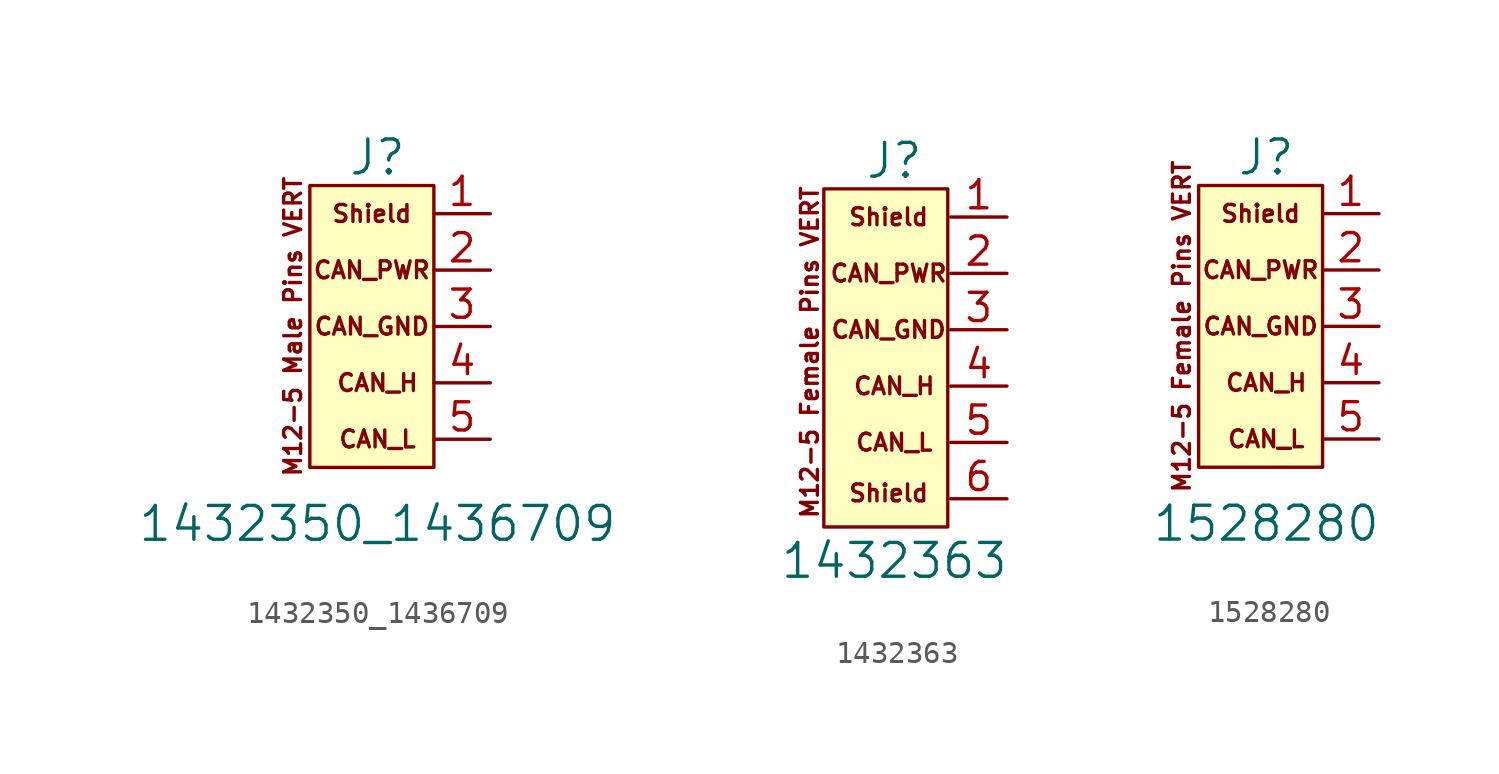
<source format=kicad_sym>
(kicad_symbol_lib
  (version 20241209)
  (generator "kicad_symbol_editor")
  (generator_version "9.0")
  (symbol "1432350_1436709"
    (pin_names
      (offset 0)
      (hide yes))
    (property "Reference" "J"
      (at 0 7.62 0)
      (effects (font (size 1.524 1.524))))
    (property "Value" "1432350_1436709"
      (at 0 -8.89 0)
      (effects (font (size 1.524 1.524))))
    (symbol "1432350_1436709_0_0"
      (text "M12-5 Male Pins VERT" (at -3.81 0 900) (effects (font (size 0.762 0.762))))
      (text "Shield" (at -0.254 5.08 0) (effects (font (size 0.762 0.762))))
      (text "CAN_PWR" (at -0.254 2.54 0) (effects (font (size 0.762 0.762))))
      (text "CAN_GND" (at -0.254 0 0) (effects (font (size 0.762 0.762))))
      (text "CAN_H" (at 0 -2.54 0) (effects (font (size 0.762 0.762))))
      (text "CAN_L" (at 0 -5.08 0) (effects (font (size 0.762 0.762)))))
    (symbol "1432350_1436709_0_1"
      (rectangle (start 2.54 6.35) (end -3.048 -6.35) (stroke (width 0) (type default)) (fill (type background))))
    (symbol "1432350_1436709_1_1"
      (pin input line (at 5.08 5.08 180) (length 2.54) (name "Shield" (effects (font (size 1.27 1.27)))) (number "1" (effects (font (size 1.27 1.27)))))
      (pin input line (at 5.08 2.54 180) (length 2.54) (name "CAN_PWR" (effects (font (size 1.27 1.27)))) (number "2" (effects (font (size 1.27 1.27)))))
      (pin input line (at 5.08 0 180) (length 2.54) (name "CAN_GND" (effects (font (size 1.27 1.27)))) (number "3" (effects (font (size 1.27 1.27)))))
      (pin input line (at 5.08 -2.54 180) (length 2.54) (name "CAN_H" (effects (font (size 1.27 1.27)))) (number "4" (effects (font (size 1.27 1.27)))))
      (pin input line (at 5.08 -5.08 180) (length 2.54) (name "CAN_L" (effects (font (size 1.27 1.27)))) (number "5" (effects (font (size 1.27 1.27)))))))
  (symbol "1432363"
    (pin_names
      (offset 0)
      (hide yes))
    (property "Reference" "J"
      (at 0 7.62 0)
      (effects (font (size 1.524 1.524))))
    (property "Value" "1432363"
      (at 0 -10.414 0)
      (effects (font (size 1.524 1.524))))
    (symbol "1432363_0_0"
      (text "Shield" (at -0.254 5.08 0) (effects (font (size 0.762 0.762))))
      (text "CAN_PWR" (at -0.254 2.54 0) (effects (font (size 0.762 0.762))))
      (text "CAN_GND" (at -0.254 0 0) (effects (font (size 0.762 0.762))))
      (text "Shield" (at -0.254 -7.366 0) (effects (font (size 0.762 0.762))))
      (text "CAN_H" (at 0 -2.54 0) (effects (font (size 0.762 0.762))))
      (text "CAN_L" (at 0 -5.08 0) (effects (font (size 0.762 0.762)))))
    (symbol "1432363_0_1"
      (rectangle (start -3.175 6.35) (end 2.413 -8.89) (stroke (width 0) (type default)) (fill (type background))))
    (symbol "1432363_1_0"
      (text "M12-5 Female Pins VERT" (at -3.81 -1.016 900) (effects (font (size 0.762 0.762)))))
    (symbol "1432363_1_1"
      (pin input line (at 5.08 5.08 180) (length 2.54) (name "Shield" (effects (font (size 1.27 1.27)))) (number "1" (effects (font (size 1.27 1.27)))))
      (pin input line (at 5.08 2.54 180) (length 2.54) (name "CAN_PWR" (effects (font (size 1.27 1.27)))) (number "2" (effects (font (size 1.27 1.27)))))
      (pin input line (at 5.08 0 180) (length 2.54) (name "CAN_GND" (effects (font (size 1.27 1.27)))) (number "3" (effects (font (size 1.27 1.27)))))
      (pin input line (at 5.08 -2.54 180) (length 2.54) (name "CAN_H" (effects (font (size 1.27 1.27)))) (number "4" (effects (font (size 1.27 1.27)))))
      (pin input line (at 5.08 -5.08 180) (length 2.54) (name "CAN_L" (effects (font (size 1.27 1.27)))) (number "5" (effects (font (size 1.27 1.27)))))
      (pin input line (at 5.08 -7.62 180) (length 2.54) (name "Shield" (effects (font (size 1.27 1.27)))) (number "6" (effects (font (size 1.27 1.27)))))))
  (symbol "1528280"
    (pin_names
      (offset 0)
      (hide yes))
    (property "Reference" "J"
      (at 0 7.62 0)
      (effects (font (size 1.524 1.524))))
    (property "Value" "1528280"
      (at 0 -8.89 0)
      (effects (font (size 1.524 1.524))))
    (symbol "1528280_0_0"
      (text "M12-5 Female Pins VERT" (at -3.81 0 900) (effects (font (size 0.762 0.762))))
      (text "Shield" (at -0.254 5.08 0) (effects (font (size 0.762 0.762))))
      (text "CAN_PWR" (at -0.254 2.54 0) (effects (font (size 0.762 0.762))))
      (text "CAN_GND" (at -0.254 0 0) (effects (font (size 0.762 0.762))))
      (text "CAN_H" (at 0 -2.54 0) (effects (font (size 0.762 0.762))))
      (text "CAN_L" (at 0 -5.08 0) (effects (font (size 0.762 0.762)))))
    (symbol "1528280_0_1"
      (rectangle (start 2.54 6.35) (end -3.048 -6.35) (stroke (width 0) (type default)) (fill (type background))))
    (symbol "1528280_1_1"
      (pin input line (at 5.08 5.08 180) (length 2.54) (name "Shield" (effects (font (size 1.27 1.27)))) (number "1" (effects (font (size 1.27 1.27)))))
      (pin input line (at 5.08 2.54 180) (length 2.54) (name "CAN_PWR" (effects (font (size 1.27 1.27)))) (number "2" (effects (font (size 1.27 1.27)))))
      (pin input line (at 5.08 0 180) (length 2.54) (name "CAN_GND" (effects (font (size 1.27 1.27)))) (number "3" (effects (font (size 1.27 1.27)))))
      (pin input line (at 5.08 -2.54 180) (length 2.54) (name "CAN_H" (effects (font (size 1.27 1.27)))) (number "4" (effects (font (size 1.27 1.27)))))
      (pin input line (at 5.08 -5.08 180) (length 2.54) (name "CAN_L" (effects (font (size 1.27 1.27)))) (number "5" (effects (font (size 1.27 1.27))))))))
</source>
